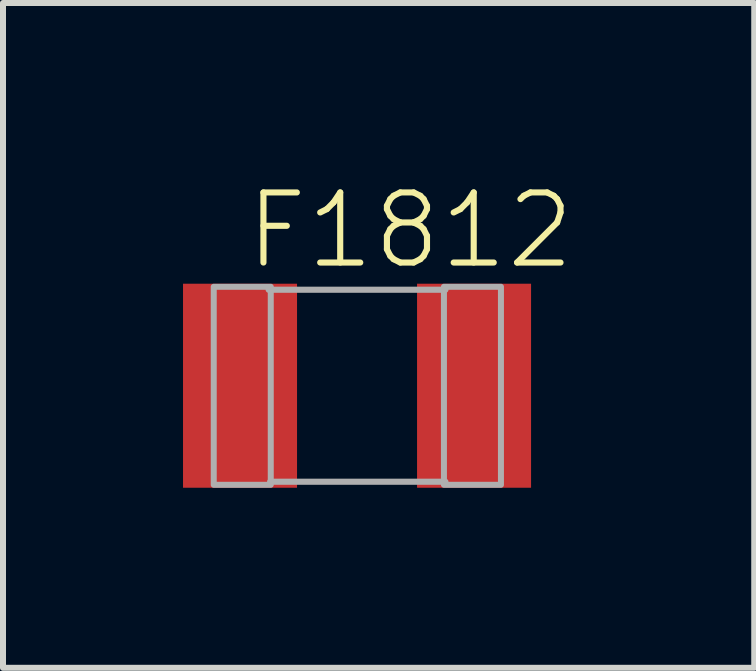
<source format=kicad_pcb>
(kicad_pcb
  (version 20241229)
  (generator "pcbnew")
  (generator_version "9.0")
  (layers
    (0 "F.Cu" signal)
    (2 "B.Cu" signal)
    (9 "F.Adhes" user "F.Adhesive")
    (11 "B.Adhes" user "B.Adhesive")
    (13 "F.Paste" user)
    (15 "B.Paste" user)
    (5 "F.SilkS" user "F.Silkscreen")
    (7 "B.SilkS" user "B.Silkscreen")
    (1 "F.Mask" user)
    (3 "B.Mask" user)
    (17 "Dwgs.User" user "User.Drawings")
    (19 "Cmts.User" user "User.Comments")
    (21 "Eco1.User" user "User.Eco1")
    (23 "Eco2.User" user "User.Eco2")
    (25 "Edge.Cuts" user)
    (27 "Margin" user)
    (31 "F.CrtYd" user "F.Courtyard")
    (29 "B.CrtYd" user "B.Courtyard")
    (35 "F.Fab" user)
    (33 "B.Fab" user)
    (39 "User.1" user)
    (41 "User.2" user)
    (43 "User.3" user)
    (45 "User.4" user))
  (footprint "F1812"
    (layer "F.Cu")
    (at 2.9 3.378)
    (property "Reference" "F1812" (at -1.905 -1.905 0) (layer "F.SilkS") (effects (font (size 1.168 1.168) (thickness 0.102)) (justify left bottom)))
    (fp_line (start -1.473 -1.6) (end 1.473 -1.6) (stroke (width 0.102) (type solid)) (layer "F.Fab"))
    (fp_line (start -1.448 1.6) (end 1.473 1.6) (stroke (width 0.102) (type solid)) (layer "F.Fab"))
    (fp_poly (pts (xy -2.388 1.651) (xy -1.438 1.651) (xy -1.438 -1.649) (xy -2.388 -1.649)) (stroke (width 0.1) (type default)) (fill no) (layer "F.Fab"))
    (fp_poly (pts (xy 1.448 1.651) (xy 2.398 1.651) (xy 2.398 -1.649) (xy 1.448 -1.649)) (stroke (width 0.1) (type default)) (fill no) (layer "F.Fab"))
    (pad "1" smd rect (at -1.95 0) (size 1.9 3.4) (layers "F.Cu" "F.Mask" "F.Paste"))
    (pad "2" smd rect (at 1.95 0) (size 1.9 3.4) (layers "F.Cu" "F.Mask" "F.Paste")))
  (gr_rect
    (start -3 -3)
    (end 9.519 8.079)
    (stroke (width 0.1) (type default))
    (fill no)
    (layer "Edge.Cuts")))
</source>
